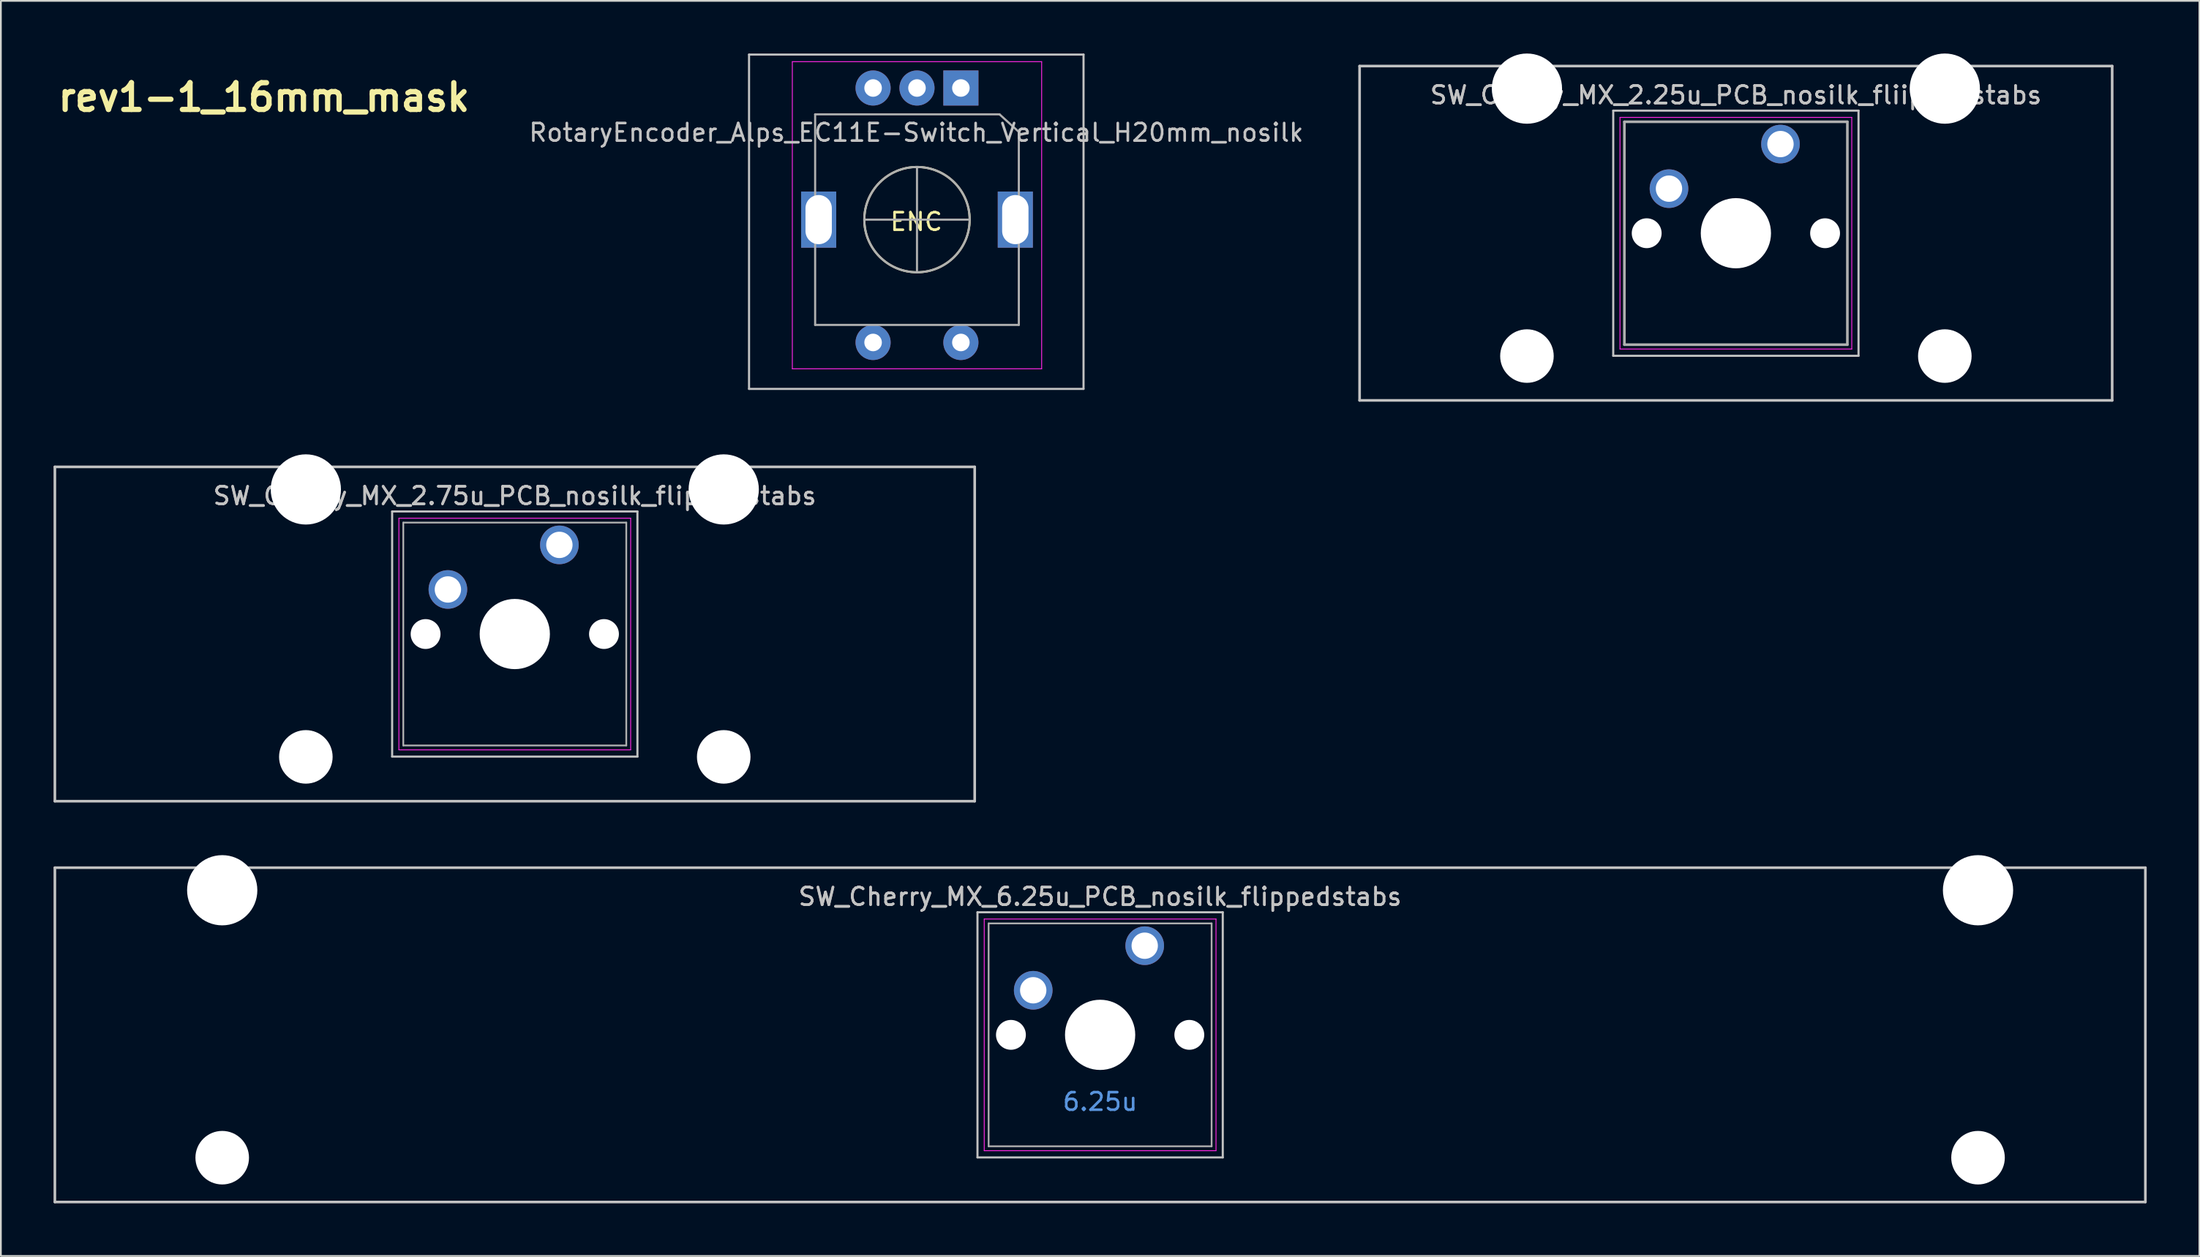
<source format=kicad_pcb>
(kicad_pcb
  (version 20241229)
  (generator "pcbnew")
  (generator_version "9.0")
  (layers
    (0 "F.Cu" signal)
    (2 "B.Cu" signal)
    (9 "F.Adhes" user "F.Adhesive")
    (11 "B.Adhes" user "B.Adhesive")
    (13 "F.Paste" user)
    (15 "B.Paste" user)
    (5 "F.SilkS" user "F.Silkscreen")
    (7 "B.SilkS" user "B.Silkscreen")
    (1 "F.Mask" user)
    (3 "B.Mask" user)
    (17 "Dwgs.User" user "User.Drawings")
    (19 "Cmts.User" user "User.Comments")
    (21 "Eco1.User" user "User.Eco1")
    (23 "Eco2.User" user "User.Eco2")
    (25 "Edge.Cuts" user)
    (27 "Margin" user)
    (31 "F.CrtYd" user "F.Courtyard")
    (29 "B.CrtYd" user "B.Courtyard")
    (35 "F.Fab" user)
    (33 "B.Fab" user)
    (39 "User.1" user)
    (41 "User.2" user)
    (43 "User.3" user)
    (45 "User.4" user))
  (footprint "rev1-1_16mm_mask"
    (layer "F.Cu")
    (at 11.982 2.496)
    (property "Reference" "rev1-1_16mm_mask" (at 0 0 180) (layer "F.SilkS") (effects (font (size 1.524 1.524) (thickness 0.3))))
    (attr through_hole)
    (fp_circle (center -4.089 -1.016) (end -4.033 -1.016) (stroke (width 0.15) (type solid)) (fill no) (layer "F.Mask"))
    (fp_poly (pts (xy -4.558 -0.889) (xy -4.72 -0.889) (xy -4.72 -2.356) (xy -4.855 -2.272) (xy -4.894 -2.247) (xy -4.931 -2.224) (xy -4.962 -2.205) (xy -4.985 -2.19) (xy -5 -2.182) (xy -5.003 -2.18) (xy -5.009 -2.177) (xy -5.013 -2.179) (xy -5.015 -2.187) (xy -5.016 -2.203) (xy -5.016 -2.229) (xy -5.016 -2.256) (xy -5.016 -2.339) (xy -4.901 -2.415) (xy -4.787 -2.491) (xy -4.558 -2.491) (xy -4.558 -0.889)) (stroke (width 0.01) (type solid)) (fill yes) (layer "F.Mask"))
    (fp_poly (pts (xy -3.459 -0.889) (xy -3.621 -0.889) (xy -3.621 -2.356) (xy -3.756 -2.272) (xy -3.795 -2.247) (xy -3.832 -2.224) (xy -3.862 -2.205) (xy -3.886 -2.19) (xy -3.901 -2.182) (xy -3.904 -2.18) (xy -3.91 -2.177) (xy -3.913 -2.179) (xy -3.916 -2.187) (xy -3.917 -2.203) (xy -3.917 -2.229) (xy -3.917 -2.256) (xy -3.917 -2.339) (xy -3.802 -2.415) (xy -3.688 -2.491) (xy -3.459 -2.491) (xy -3.459 -0.889)) (stroke (width 0.01) (type solid)) (fill yes) (layer "F.Mask"))
    (fp_poly (pts (xy -7.211 -1.905) (xy -7.237 -1.905) (xy -7.301 -1.899) (xy -7.362 -1.884) (xy -7.418 -1.86) (xy -7.468 -1.828) (xy -7.508 -1.79) (xy -7.536 -1.749) (xy -7.543 -1.734) (xy -7.549 -1.72) (xy -7.554 -1.706) (xy -7.559 -1.69) (xy -7.562 -1.67) (xy -7.565 -1.647) (xy -7.567 -1.618) (xy -7.568 -1.582) (xy -7.569 -1.538) (xy -7.57 -1.485) (xy -7.57 -1.421) (xy -7.57 -1.346) (xy -7.571 -1.268) (xy -7.571 -0.889) (xy -7.733 -0.889) (xy -7.733 -2.032) (xy -7.571 -2.032) (xy -7.571 -1.876) (xy -7.526 -1.92) (xy -7.464 -1.973) (xy -7.397 -2.012) (xy -7.324 -2.038) (xy -7.256 -2.05) (xy -7.211 -2.055) (xy -7.211 -1.905)) (stroke (width 0.01) (type solid)) (fill yes) (layer "F.Mask"))
    (fp_poly (pts (xy -5.478 -2.032) (xy -5.455 -2.031) (xy -5.442 -2.029) (xy -5.436 -2.026) (xy -5.435 -2.022) (xy -5.436 -2.02) (xy -5.438 -2.011) (xy -5.444 -1.99) (xy -5.453 -1.957) (xy -5.465 -1.914) (xy -5.479 -1.862) (xy -5.496 -1.801) (xy -5.515 -1.733) (xy -5.536 -1.659) (xy -5.558 -1.58) (xy -5.581 -1.496) (xy -5.588 -1.471) (xy -5.612 -1.386) (xy -5.634 -1.305) (xy -5.655 -1.229) (xy -5.675 -1.158) (xy -5.693 -1.094) (xy -5.709 -1.038) (xy -5.722 -0.99) (xy -5.732 -0.953) (xy -5.74 -0.927) (xy -5.744 -0.913) (xy -5.744 -0.912) (xy -5.751 -0.889) (xy -5.897 -0.889) (xy -5.905 -0.912) (xy -5.908 -0.924) (xy -5.915 -0.949) (xy -5.925 -0.983) (xy -5.938 -1.028) (xy -5.953 -1.08) (xy -5.969 -1.14) (xy -5.988 -1.205) (xy -6.007 -1.274) (xy -6.028 -1.347) (xy -6.048 -1.422) (xy -6.07 -1.497) (xy -6.091 -1.572) (xy -6.111 -1.646) (xy -6.131 -1.716) (xy -6.149 -1.782) (xy -6.166 -1.843) (xy -6.181 -1.897) (xy -6.194 -1.943) (xy -6.204 -1.981) (xy -6.211 -2.007) (xy -6.215 -2.023) (xy -6.216 -2.026) (xy -6.209 -2.028) (xy -6.191 -2.03) (xy -6.165 -2.032) (xy -6.135 -2.032) (xy -6.103 -2.032) (xy -6.077 -2.031) (xy -6.06 -2.03) (xy -6.054 -2.029) (xy -6.052 -2.022) (xy -6.047 -2.002) (xy -6.04 -1.972) (xy -6.029 -1.932) (xy -6.017 -1.884) (xy -6.003 -1.829) (xy -5.988 -1.769) (xy -5.972 -1.705) (xy -5.955 -1.638) (xy -5.938 -1.57) (xy -5.921 -1.503) (xy -5.904 -1.437) (xy -5.888 -1.374) (xy -5.872 -1.315) (xy -5.859 -1.262) (xy -5.847 -1.216) (xy -5.837 -1.178) (xy -5.83 -1.151) (xy -5.826 -1.135) (xy -5.825 -1.131) (xy -5.823 -1.137) (xy -5.818 -1.156) (xy -5.81 -1.186) (xy -5.799 -1.226) (xy -5.786 -1.276) (xy -5.772 -1.333) (xy -5.755 -1.397) (xy -5.738 -1.467) (xy -5.719 -1.541) (xy -5.716 -1.554) (xy -5.696 -1.63) (xy -5.678 -1.702) (xy -5.661 -1.77) (xy -5.646 -1.831) (xy -5.632 -1.886) (xy -5.62 -1.931) (xy -5.611 -1.967) (xy -5.605 -1.992) (xy -5.602 -2.005) (xy -5.601 -2.006) (xy -5.595 -2.032) (xy -5.513 -2.032) (xy -5.478 -2.032)) (stroke (width 0.01) (type solid)) (fill yes) (layer "F.Mask"))
    (fp_poly (pts (xy -6.679 -2.051) (xy -6.646 -2.047) (xy -6.613 -2.042) (xy -6.587 -2.036) (xy -6.585 -2.036) (xy -6.537 -2.015) (xy -6.491 -1.985) (xy -6.451 -1.947) (xy -6.431 -1.923) (xy -6.413 -1.893) (xy -6.398 -1.862) (xy -6.386 -1.828) (xy -6.378 -1.79) (xy -6.371 -1.744) (xy -6.367 -1.691) (xy -6.365 -1.626) (xy -6.364 -1.55) (xy -6.364 -1.397) (xy -6.886 -1.397) (xy -6.886 -1.292) (xy -6.885 -1.238) (xy -6.883 -1.195) (xy -6.877 -1.16) (xy -6.868 -1.131) (xy -6.856 -1.106) (xy -6.844 -1.087) (xy -6.813 -1.056) (xy -6.773 -1.035) (xy -6.724 -1.025) (xy -6.696 -1.023) (xy -6.643 -1.028) (xy -6.6 -1.044) (xy -6.566 -1.07) (xy -6.542 -1.107) (xy -6.526 -1.155) (xy -6.523 -1.173) (xy -6.518 -1.206) (xy -6.364 -1.206) (xy -6.364 -1.173) (xy -6.366 -1.146) (xy -6.371 -1.115) (xy -6.375 -1.098) (xy -6.397 -1.036) (xy -6.43 -0.984) (xy -6.473 -0.941) (xy -6.526 -0.909) (xy -6.582 -0.888) (xy -6.621 -0.88) (xy -6.669 -0.876) (xy -6.719 -0.876) (xy -6.766 -0.879) (xy -6.806 -0.885) (xy -6.808 -0.886) (xy -6.87 -0.91) (xy -6.923 -0.945) (xy -6.969 -0.99) (xy -7.004 -1.045) (xy -7.03 -1.11) (xy -7.035 -1.129) (xy -7.038 -1.147) (xy -7.04 -1.178) (xy -7.042 -1.219) (xy -7.044 -1.267) (xy -7.045 -1.323) (xy -7.045 -1.382) (xy -7.046 -1.444) (xy -7.046 -1.506) (xy -7.045 -1.545) (xy -6.887 -1.545) (xy -6.525 -1.545) (xy -6.528 -1.656) (xy -6.529 -1.7) (xy -6.531 -1.732) (xy -6.533 -1.755) (xy -6.536 -1.773) (xy -6.541 -1.788) (xy -6.547 -1.801) (xy -6.573 -1.844) (xy -6.603 -1.874) (xy -6.639 -1.892) (xy -6.684 -1.9) (xy -6.707 -1.901) (xy -6.737 -1.901) (xy -6.758 -1.898) (xy -6.775 -1.893) (xy -6.794 -1.883) (xy -6.799 -1.88) (xy -6.82 -1.865) (xy -6.836 -1.847) (xy -6.852 -1.822) (xy -6.858 -1.81) (xy -6.867 -1.791) (xy -6.874 -1.776) (xy -6.879 -1.761) (xy -6.881 -1.742) (xy -6.883 -1.718) (xy -6.884 -1.686) (xy -6.885 -1.654) (xy -6.887 -1.545) (xy -7.045 -1.545) (xy -7.045 -1.567) (xy -7.044 -1.624) (xy -7.043 -1.676) (xy -7.041 -1.72) (xy -7.039 -1.755) (xy -7.036 -1.779) (xy -7.035 -1.785) (xy -7.011 -1.856) (xy -6.978 -1.917) (xy -6.937 -1.967) (xy -6.887 -2.006) (xy -6.83 -2.033) (xy -6.765 -2.049) (xy -6.694 -2.052) (xy -6.679 -2.051)) (stroke (width 0.01) (type solid)) (fill yes) (layer "F.Mask")))
  (footprint "SW_Cherry_MX_2.25u_PCB_nosilk_fliippedstabs"
    (layer "F.Cu")
    (at 98.355 5.16)
    (property "Reference" "SW_Cherry_MX_2.25u_PCB_nosilk_fliippedstabs" (at -2.54 -2.794 0) (layer "Dwgs.User") (effects (font (size 1 1) (thickness 0.15))))
    (attr through_hole)
    (fp_line (start -23.971 -4.445) (end 18.891 -4.445) (stroke (width 0.15) (type solid)) (layer "Dwgs.User"))
    (fp_line (start -23.971 14.605) (end -23.971 -4.445) (stroke (width 0.15) (type solid)) (layer "Dwgs.User"))
    (fp_line (start -9.525 -1.905) (end 4.445 -1.905) (stroke (width 0.12) (type solid)) (layer "Dwgs.User"))
    (fp_line (start -9.525 12.065) (end -9.525 -1.905) (stroke (width 0.12) (type solid)) (layer "Dwgs.User"))
    (fp_line (start 4.445 -1.905) (end 4.445 12.065) (stroke (width 0.12) (type solid)) (layer "Dwgs.User"))
    (fp_line (start 4.445 12.065) (end -9.525 12.065) (stroke (width 0.12) (type solid)) (layer "Dwgs.User"))
    (fp_line (start 18.891 -4.445) (end 18.891 14.605) (stroke (width 0.15) (type solid)) (layer "Dwgs.User"))
    (fp_line (start 18.891 14.605) (end -23.971 14.605) (stroke (width 0.15) (type solid)) (layer "Dwgs.User"))
    (fp_line (start -9.14 -1.52) (end 4.06 -1.52) (stroke (width 0.05) (type solid)) (layer "F.CrtYd"))
    (fp_line (start -9.14 11.68) (end -9.14 -1.52) (stroke (width 0.05) (type solid)) (layer "F.CrtYd"))
    (fp_line (start 4.06 -1.52) (end 4.06 11.68) (stroke (width 0.05) (type solid)) (layer "F.CrtYd"))
    (fp_line (start 4.06 11.68) (end -9.14 11.68) (stroke (width 0.05) (type solid)) (layer "F.CrtYd"))
    (fp_line (start -8.89 -1.27) (end 3.81 -1.27) (stroke (width 0.15) (type solid)) (layer "F.Fab"))
    (fp_line (start -8.89 11.43) (end -8.89 -1.27) (stroke (width 0.15) (type solid)) (layer "F.Fab"))
    (fp_line (start 3.81 -1.27) (end 3.81 11.43) (stroke (width 0.15) (type solid)) (layer "F.Fab"))
    (fp_line (start 3.81 11.43) (end -8.89 11.43) (stroke (width 0.15) (type solid)) (layer "F.Fab"))
    (fp_text user "${REFERENCE}" (at -2.54 -2.794 0) (layer "F.Fab") (effects (font (size 1 1) (thickness 0.15))))
    (pad "" np_thru_hole circle (at -14.44 -3.16 180) (size 4 4) (drill 4) (layers "*.Cu" "*.Mask"))
    (pad "" np_thru_hole circle (at -14.44 12.08 180) (size 3.05 3.05) (drill 3.05) (layers "*.Cu" "*.Mask"))
    (pad "" np_thru_hole circle (at -7.62 5.08) (size 1.7 1.7) (drill 1.7) (layers "*.Cu" "*.Mask"))
    (pad "" np_thru_hole circle (at -2.54 5.08 270) (size 4 4) (drill 4) (layers "*.Cu" "*.Mask"))
    (pad "" np_thru_hole circle (at 2.54 5.08) (size 1.7 1.7) (drill 1.7) (layers "*.Cu" "*.Mask"))
    (pad "" np_thru_hole circle (at 9.36 -3.16 180) (size 4 4) (drill 4) (layers "*.Cu" "*.Mask"))
    (pad "" np_thru_hole circle (at 9.36 12.08 180) (size 3.05 3.05) (drill 3.05) (layers "*.Cu" "*.Mask"))
    (pad "1" thru_hole circle (at 0 0) (size 2.2 2.2) (drill 1.5) (layers "*.Cu" "*.Mask"))
    (pad "2" thru_hole circle (at -6.35 2.54) (size 2.2 2.2) (drill 1.5) (layers "*.Cu" "*.Mask")))
  (footprint "SW_Cherry_MX_6.25u_PCB_nosilk_flippedstabs"
    (layer "F.Cu")
    (at 62.146 50.84)
    (property "Reference" "SW_Cherry_MX_6.25u_PCB_nosilk_flippedstabs" (at -2.54 -2.794 0) (layer "Dwgs.User") (effects (font (size 1 1) (thickness 0.15))))
    (attr through_hole)
    (fp_line (start -62.071 -4.445) (end 56.991 -4.445) (stroke (width 0.15) (type solid)) (layer "Dwgs.User"))
    (fp_line (start -62.071 14.605) (end -62.071 -4.445) (stroke (width 0.15) (type solid)) (layer "Dwgs.User"))
    (fp_line (start -9.525 -1.905) (end 4.445 -1.905) (stroke (width 0.12) (type solid)) (layer "Dwgs.User"))
    (fp_line (start -9.525 12.065) (end -9.525 -1.905) (stroke (width 0.12) (type solid)) (layer "Dwgs.User"))
    (fp_line (start 4.445 -1.905) (end 4.445 12.065) (stroke (width 0.12) (type solid)) (layer "Dwgs.User"))
    (fp_line (start 4.445 12.065) (end -9.525 12.065) (stroke (width 0.12) (type solid)) (layer "Dwgs.User"))
    (fp_line (start 56.991 -4.445) (end 56.991 14.605) (stroke (width 0.15) (type solid)) (layer "Dwgs.User"))
    (fp_line (start 56.991 14.605) (end -62.071 14.605) (stroke (width 0.15) (type solid)) (layer "Dwgs.User"))
    (fp_line (start -9.14 -1.52) (end 4.06 -1.52) (stroke (width 0.05) (type solid)) (layer "F.CrtYd"))
    (fp_line (start -9.14 11.68) (end -9.14 -1.52) (stroke (width 0.05) (type solid)) (layer "F.CrtYd"))
    (fp_line (start 4.06 -1.52) (end 4.06 11.68) (stroke (width 0.05) (type solid)) (layer "F.CrtYd"))
    (fp_line (start 4.06 11.68) (end -9.14 11.68) (stroke (width 0.05) (type solid)) (layer "F.CrtYd"))
    (fp_line (start -8.89 -1.27) (end 3.81 -1.27) (stroke (width 0.1) (type solid)) (layer "F.Fab"))
    (fp_line (start -8.89 11.43) (end -8.89 -1.27) (stroke (width 0.1) (type solid)) (layer "F.Fab"))
    (fp_line (start 3.81 -1.27) (end 3.81 11.43) (stroke (width 0.1) (type solid)) (layer "F.Fab"))
    (fp_line (start 3.81 11.43) (end -8.89 11.43) (stroke (width 0.1) (type solid)) (layer "F.Fab"))
    (fp_text user "6.25u" (at -2.54 8.89 0) (layer "Cmts.User") (effects (font (size 1 1) (thickness 0.15))))
    (fp_text user "${REFERENCE}" (at -2.54 -2.794 0) (layer "F.Fab") (effects (font (size 1 1) (thickness 0.15))))
    (pad "" np_thru_hole circle (at -52.54 -3.16 180) (size 4 4) (drill 4) (layers "*.Cu" "*.Mask"))
    (pad "" np_thru_hole circle (at -52.54 12.08 180) (size 3.05 3.05) (drill 3.05) (layers "*.Cu" "*.Mask"))
    (pad "" np_thru_hole circle (at -7.62 5.08) (size 1.7 1.7) (drill 1.7) (layers "*.Cu" "*.Mask"))
    (pad "" np_thru_hole circle (at -2.54 5.08) (size 4 4) (drill 4) (layers "*.Cu" "*.Mask"))
    (pad "" np_thru_hole circle (at 2.54 5.08) (size 1.7 1.7) (drill 1.7) (layers "*.Cu" "*.Mask"))
    (pad "" np_thru_hole circle (at 47.46 -3.16 180) (size 4 4) (drill 4) (layers "*.Cu" "*.Mask"))
    (pad "" np_thru_hole circle (at 47.46 12.08 180) (size 3.05 3.05) (drill 3.05) (layers "*.Cu" "*.Mask"))
    (pad "1" thru_hole circle (at 0 0 180) (size 2.2 2.2) (drill 1.5) (layers "*.Cu" "*.Mask"))
    (pad "2" thru_hole circle (at -6.35 2.54) (size 2.2 2.2) (drill 1.5) (layers "*.Cu" "*.Mask")))
  (footprint "SW_Cherry_MX_2.75u_PCB_nosilk_flippedstabs"
    (layer "F.Cu")
    (at 28.809 28)
    (property "Reference" "SW_Cherry_MX_2.75u_PCB_nosilk_flippedstabs" (at -2.54 -2.794 0) (layer "Dwgs.User") (effects (font (size 1 1) (thickness 0.15))))
    (attr through_hole)
    (fp_line (start -28.734 -4.445) (end 23.654 -4.445) (stroke (width 0.15) (type solid)) (layer "Dwgs.User"))
    (fp_line (start -28.734 14.605) (end -28.734 -4.445) (stroke (width 0.15) (type solid)) (layer "Dwgs.User"))
    (fp_line (start -9.525 -1.905) (end 4.445 -1.905) (stroke (width 0.12) (type solid)) (layer "Dwgs.User"))
    (fp_line (start -9.525 12.065) (end -9.525 -1.905) (stroke (width 0.12) (type solid)) (layer "Dwgs.User"))
    (fp_line (start 4.445 -1.905) (end 4.445 12.065) (stroke (width 0.12) (type solid)) (layer "Dwgs.User"))
    (fp_line (start 4.445 12.065) (end -9.525 12.065) (stroke (width 0.12) (type solid)) (layer "Dwgs.User"))
    (fp_line (start 23.654 -4.445) (end 23.654 14.605) (stroke (width 0.15) (type solid)) (layer "Dwgs.User"))
    (fp_line (start 23.654 14.605) (end -28.734 14.605) (stroke (width 0.15) (type solid)) (layer "Dwgs.User"))
    (fp_line (start -9.14 -1.52) (end 4.06 -1.52) (stroke (width 0.05) (type solid)) (layer "F.CrtYd"))
    (fp_line (start -9.14 11.68) (end -9.14 -1.52) (stroke (width 0.05) (type solid)) (layer "F.CrtYd"))
    (fp_line (start 4.06 -1.52) (end 4.06 11.68) (stroke (width 0.05) (type solid)) (layer "F.CrtYd"))
    (fp_line (start 4.06 11.68) (end -9.14 11.68) (stroke (width 0.05) (type solid)) (layer "F.CrtYd"))
    (fp_line (start -8.89 -1.27) (end 3.81 -1.27) (stroke (width 0.1) (type solid)) (layer "F.Fab"))
    (fp_line (start -8.89 11.43) (end -8.89 -1.27) (stroke (width 0.1) (type solid)) (layer "F.Fab"))
    (fp_line (start 3.81 -1.27) (end 3.81 11.43) (stroke (width 0.1) (type solid)) (layer "F.Fab"))
    (fp_line (start 3.81 11.43) (end -8.89 11.43) (stroke (width 0.1) (type solid)) (layer "F.Fab"))
    (fp_text user "${REFERENCE}" (at -2.54 -2.794 0) (layer "F.Fab") (effects (font (size 1 1) (thickness 0.15))))
    (pad "" np_thru_hole circle (at -14.44 -3.16 180) (size 4 4) (drill 4) (layers "*.Cu" "*.Mask"))
    (pad "" np_thru_hole circle (at -14.44 12.08 180) (size 3.05 3.05) (drill 3.05) (layers "*.Cu" "*.Mask"))
    (pad "" np_thru_hole circle (at -7.62 5.08) (size 1.7 1.7) (drill 1.7) (layers "*.Cu" "*.Mask"))
    (pad "" np_thru_hole circle (at -2.54 5.08 270) (size 4 4) (drill 4) (layers "*.Cu" "*.Mask"))
    (pad "" np_thru_hole circle (at 2.54 5.08) (size 1.7 1.7) (drill 1.7) (layers "*.Cu" "*.Mask"))
    (pad "" np_thru_hole circle (at 9.36 -3.16 180) (size 4 4) (drill 4) (layers "*.Cu" "*.Mask"))
    (pad "" np_thru_hole circle (at 9.36 12.08 90) (size 3.05 3.05) (drill 3.05) (layers "*.Cu" "*.Mask"))
    (pad "1" thru_hole circle (at 0 0) (size 2.2 2.2) (drill 1.5) (layers "*.Cu" "*.Mask"))
    (pad "2" thru_hole circle (at -6.35 2.54) (size 2.2 2.2) (drill 1.5) (layers "*.Cu" "*.Mask")))
  (footprint "RotaryEncoder_Alps_EC11E-Switch_Vertical_H20mm_nosilk"
    (layer "F.Cu")
    (at 49.136 9.585)
    (property "Reference" "RotaryEncoder_Alps_EC11E-Switch_Vertical_H20mm_nosilk" (at 0 -5.08 180) (layer "Dwgs.User") (effects (font (size 1 1) (thickness 0.15))))
    (attr through_hole)
    (fp_circle (center 0.04 -0.12) (end 3.04 -0.12) (stroke (width 0.12) (type solid)) (fill no) (layer "F.SilkS"))
    (fp_line (start -9.525 -9.525) (end -9.525 9.525) (stroke (width 0.12) (type solid)) (layer "Dwgs.User"))
    (fp_line (start -9.525 9.525) (end 9.525 9.525) (stroke (width 0.12) (type solid)) (layer "Dwgs.User"))
    (fp_line (start 9.525 -9.525) (end -9.525 -9.525) (stroke (width 0.12) (type solid)) (layer "Dwgs.User"))
    (fp_line (start 9.525 9.525) (end 9.525 -9.525) (stroke (width 0.12) (type solid)) (layer "Dwgs.User"))
    (fp_line (start -7.06 8.38) (end -7.06 -9.12) (stroke (width 0.05) (type solid)) (layer "F.CrtYd"))
    (fp_line (start -7.06 8.38) (end 7.14 8.38) (stroke (width 0.05) (type solid)) (layer "F.CrtYd"))
    (fp_line (start 7.14 -9.12) (end -7.06 -9.12) (stroke (width 0.05) (type solid)) (layer "F.CrtYd"))
    (fp_line (start 7.14 -9.12) (end 7.14 8.38) (stroke (width 0.05) (type solid)) (layer "F.CrtYd"))
    (fp_line (start -5.76 -6.12) (end 4.74 -6.12) (stroke (width 0.12) (type solid)) (layer "F.Fab"))
    (fp_line (start -5.76 5.88) (end -5.76 -6.12) (stroke (width 0.12) (type solid)) (layer "F.Fab"))
    (fp_line (start 0.04 -3.12) (end 0.04 2.88) (stroke (width 0.12) (type solid)) (layer "F.Fab"))
    (fp_line (start 3.04 -0.12) (end -2.96 -0.12) (stroke (width 0.12) (type solid)) (layer "F.Fab"))
    (fp_line (start 4.74 -6.12) (end 5.84 -5.12) (stroke (width 0.12) (type solid)) (layer "F.Fab"))
    (fp_line (start 5.84 -5.12) (end 5.84 5.88) (stroke (width 0.12) (type solid)) (layer "F.Fab"))
    (fp_line (start 5.84 5.88) (end -5.76 5.88) (stroke (width 0.12) (type solid)) (layer "F.Fab"))
    (fp_circle (center 0.04 -0.12) (end 0.04 2.88) (stroke (width 0.12) (type solid)) (fill no) (layer "F.Fab"))
    (fp_text user "ENC" (at 0 0 0) (layer "F.SilkS") (effects (font (size 1 1) (thickness 0.15))))
    (pad "A" thru_hole rect (at 2.54 -7.62 270) (size 2 2) (drill 1) (layers "*.Cu" "*.Mask"))
    (pad "B" thru_hole circle (at -2.46 -7.62 270) (size 2 2) (drill 1) (layers "*.Cu" "*.Mask"))
    (pad "C" thru_hole circle (at 0.04 -7.62 270) (size 2 2) (drill 1) (layers "*.Cu" "*.Mask"))
    (pad "MP" thru_hole rect (at -5.56 -0.12 270) (size 3.2 2) (drill oval 2.8 1.5) (layers "*.Cu" "*.Mask"))
    (pad "MP" thru_hole rect (at 5.64 -0.12 270) (size 3.2 2) (drill oval 2.8 1.5) (layers "*.Cu" "*.Mask"))
    (pad "S1" thru_hole circle (at 2.54 6.88 270) (size 2 2) (drill 1) (layers "*.Cu" "*.Mask"))
    (pad "S2" thru_hole circle (at -2.46 6.88 270) (size 2 2) (drill 1) (layers "*.Cu" "*.Mask")))
  (gr_rect
    (start -3 -3)
    (end 122.213 68.52)
    (stroke (width 0.1) (type default))
    (fill no)
    (layer "Edge.Cuts")))
</source>
